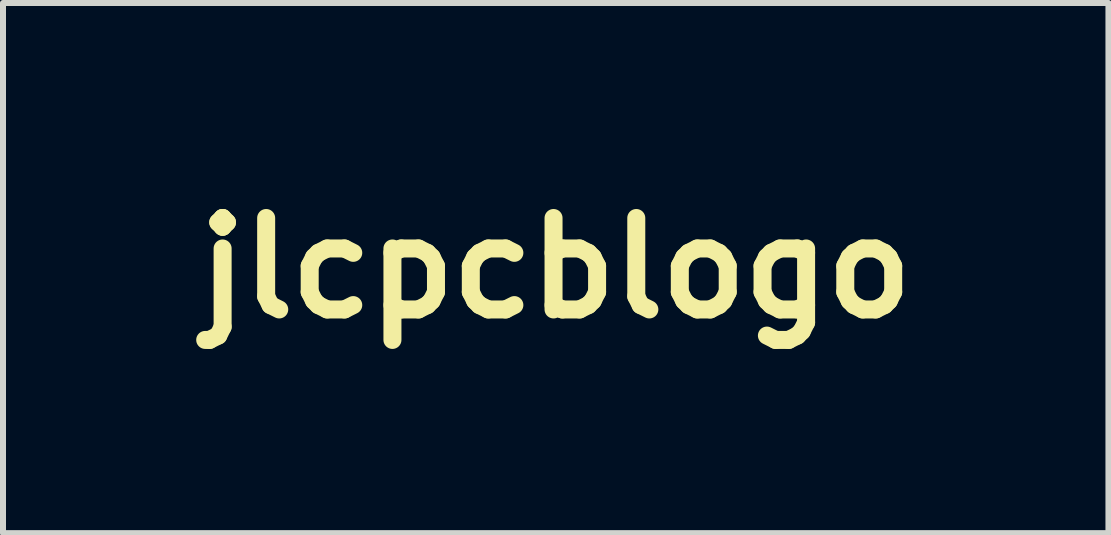
<source format=kicad_pcb>
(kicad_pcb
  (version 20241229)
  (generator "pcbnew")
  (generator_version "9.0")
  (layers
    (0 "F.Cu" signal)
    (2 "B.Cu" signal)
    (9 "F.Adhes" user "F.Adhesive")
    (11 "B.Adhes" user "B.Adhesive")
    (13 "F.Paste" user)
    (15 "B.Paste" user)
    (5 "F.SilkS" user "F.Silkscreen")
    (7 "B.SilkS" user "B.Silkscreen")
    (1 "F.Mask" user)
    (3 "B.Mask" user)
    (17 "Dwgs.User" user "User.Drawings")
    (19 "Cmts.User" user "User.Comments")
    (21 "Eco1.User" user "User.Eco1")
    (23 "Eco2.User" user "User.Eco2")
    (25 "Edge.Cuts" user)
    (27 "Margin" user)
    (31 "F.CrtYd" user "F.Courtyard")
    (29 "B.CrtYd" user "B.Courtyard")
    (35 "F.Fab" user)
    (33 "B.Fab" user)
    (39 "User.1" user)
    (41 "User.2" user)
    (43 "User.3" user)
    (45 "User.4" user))
  (footprint "jlcpcblogo"
    (layer "F.Cu")
    (at 6.212 1.418)
    (property "Reference" "jlcpcblogo" (at 0 0 0) (layer "F.SilkS") (effects (font (size 1.524 1.524) (thickness 0.3))))
    (attr through_hole)
    (fp_poly (pts (xy -3.33 -0.53) (xy -3.332 -0.528) (xy -3.334 -0.53) (xy -3.332 -0.532) (xy -3.33 -0.53)) (stroke (width 0.01) (type solid)) (fill no) (layer "Eco2.User"))
    (fp_poly (pts (xy -0.195 -0.427) (xy -0.185 -0.413) (xy -0.264 -0.106) (xy -0.276 -0.058) (xy -0.288 -0.012) (xy -0.299 0.031) (xy -0.309 0.07) (xy -0.318 0.106) (xy -0.326 0.137) (xy -0.333 0.163) (xy -0.338 0.183) (xy -0.342 0.197) (xy -0.344 0.205) (xy -0.344 0.205) (xy -0.343 0.207) (xy -0.339 0.208) (xy -0.33 0.208) (xy -0.317 0.209) (xy -0.299 0.21) (xy -0.275 0.21) (xy -0.245 0.21) (xy -0.209 0.21) (xy -0.165 0.21) (xy -0.152 0.21) (xy 0.043 0.21) (xy 0.053 0.224) (xy 0.064 0.238) (xy 0.041 0.325) (xy 0.019 0.413) (xy -0.647 0.413) (xy -0.657 0.399) (xy -0.668 0.384) (xy -0.659 0.348) (xy -0.657 0.339) (xy -0.653 0.323) (xy -0.647 0.3) (xy -0.64 0.272) (xy -0.631 0.238) (xy -0.621 0.199) (xy -0.611 0.156) (xy -0.599 0.11) (xy -0.586 0.061) (xy -0.573 0.009) (xy -0.559 -0.044) (xy -0.554 -0.064) (xy -0.458 -0.439) (xy -0.204 -0.441) (xy -0.195 -0.427)) (stroke (width 0.01) (type solid)) (fill no) (layer "Eco2.User"))
    (fp_poly (pts (xy -2.453 -0.762) (xy -2.37 -0.752) (xy -2.298 -0.736) (xy -2.24 -0.718) (xy -2.182 -0.695) (xy -2.126 -0.667) (xy -2.073 -0.637) (xy -2.048 -0.62) (xy -2.021 -0.599) (xy -1.992 -0.575) (xy -1.964 -0.548) (xy -1.937 -0.521) (xy -1.913 -0.494) (xy -1.892 -0.469) (xy -1.877 -0.447) (xy -1.876 -0.445) (xy -1.869 -0.433) (xy -2.293 -0.433) (xy -2.308 -0.455) (xy -2.331 -0.486) (xy -2.361 -0.517) (xy -2.395 -0.546) (xy -2.432 -0.572) (xy -2.469 -0.594) (xy -2.471 -0.594) (xy -2.523 -0.616) (xy -2.58 -0.633) (xy -2.643 -0.645) (xy -2.71 -0.651) (xy -2.782 -0.652) (xy -2.858 -0.648) (xy -2.937 -0.638) (xy -3.02 -0.623) (xy -3.105 -0.603) (xy -3.128 -0.597) (xy -3.15 -0.591) (xy -3.175 -0.583) (xy -3.203 -0.574) (xy -3.231 -0.565) (xy -3.258 -0.556) (xy -3.282 -0.548) (xy -3.301 -0.541) (xy -3.309 -0.538) (xy -3.318 -0.534) (xy -3.324 -0.533) (xy -3.325 -0.534) (xy -3.322 -0.536) (xy -3.314 -0.541) (xy -3.299 -0.549) (xy -3.281 -0.558) (xy -3.259 -0.569) (xy -3.235 -0.58) (xy -3.209 -0.592) (xy -3.183 -0.604) (xy -3.158 -0.616) (xy -3.134 -0.627) (xy -3.112 -0.636) (xy -3.11 -0.637) (xy -3.009 -0.676) (xy -2.91 -0.708) (xy -2.813 -0.733) (xy -2.719 -0.751) (xy -2.627 -0.762) (xy -2.539 -0.766) (xy -2.453 -0.762)) (stroke (width 0.01) (type solid)) (fill no) (layer "Eco2.User"))
    (fp_poly (pts (xy -2.434 -0.381) (xy -2.416 -0.381) (xy -2.404 -0.38) (xy -2.396 -0.379) (xy -2.392 -0.377) (xy -2.39 -0.375) (xy -2.39 -0.369) (xy -2.392 -0.356) (xy -2.395 -0.335) (xy -2.4 -0.306) (xy -2.407 -0.27) (xy -2.415 -0.227) (xy -2.425 -0.176) (xy -2.428 -0.163) (xy -2.435 -0.124) (xy -2.443 -0.087) (xy -2.449 -0.054) (xy -2.455 -0.024) (xy -2.46 0.002) (xy -2.464 0.022) (xy -2.467 0.036) (xy -2.468 0.044) (xy -2.469 0.045) (xy -2.465 0.045) (xy -2.454 0.046) (xy -2.437 0.047) (xy -2.416 0.047) (xy -2.39 0.047) (xy -2.362 0.048) (xy -2.358 0.048) (xy -2.323 0.048) (xy -2.295 0.048) (xy -2.274 0.048) (xy -2.258 0.05) (xy -2.247 0.052) (xy -2.241 0.055) (xy -2.237 0.06) (xy -2.237 0.066) (xy -2.238 0.075) (xy -2.24 0.085) (xy -2.24 0.087) (xy -2.244 0.106) (xy -2.248 0.125) (xy -2.25 0.136) (xy -2.255 0.159) (xy -2.62 0.159) (xy -2.624 0.149) (xy -2.624 0.146) (xy -2.624 0.14) (xy -2.623 0.131) (xy -2.621 0.117) (xy -2.619 0.1) (xy -2.615 0.077) (xy -2.609 0.05) (xy -2.603 0.016) (xy -2.595 -0.024) (xy -2.586 -0.071) (xy -2.578 -0.111) (xy -2.569 -0.155) (xy -2.561 -0.197) (xy -2.553 -0.236) (xy -2.546 -0.271) (xy -2.54 -0.302) (xy -2.534 -0.328) (xy -2.53 -0.349) (xy -2.527 -0.364) (xy -2.526 -0.371) (xy -2.525 -0.372) (xy -2.524 -0.375) (xy -2.522 -0.378) (xy -2.518 -0.379) (xy -2.51 -0.38) (xy -2.498 -0.381) (xy -2.48 -0.381) (xy -2.458 -0.381) (xy -2.434 -0.381)) (stroke (width 0.01) (type solid)) (fill no) (layer "Eco2.User"))
    (fp_poly (pts (xy -1.807 -0.391) (xy -1.767 -0.384) (xy -1.729 -0.369) (xy -1.724 -0.367) (xy -1.709 -0.359) (xy -1.694 -0.349) (xy -1.68 -0.338) (xy -1.669 -0.328) (xy -1.661 -0.32) (xy -1.659 -0.314) (xy -1.659 -0.314) (xy -1.663 -0.31) (xy -1.671 -0.302) (xy -1.683 -0.291) (xy -1.698 -0.277) (xy -1.704 -0.272) (xy -1.747 -0.234) (xy -1.763 -0.248) (xy -1.789 -0.266) (xy -1.817 -0.277) (xy -1.848 -0.281) (xy -1.877 -0.278) (xy -1.912 -0.267) (xy -1.943 -0.249) (xy -1.97 -0.224) (xy -1.993 -0.194) (xy -2.011 -0.158) (xy -2.023 -0.118) (xy -2.028 -0.094) (xy -2.03 -0.06) (xy -2.027 -0.029) (xy -2.018 -0.002) (xy -2.004 0.021) (xy -1.986 0.038) (xy -1.966 0.048) (xy -1.954 0.051) (xy -1.938 0.053) (xy -1.919 0.053) (xy -1.917 0.053) (xy -1.885 0.051) (xy -1.856 0.042) (xy -1.827 0.028) (xy -1.817 0.022) (xy -1.805 0.014) (xy -1.794 0.009) (xy -1.788 0.008) (xy -1.783 0.01) (xy -1.775 0.017) (xy -1.764 0.03) (xy -1.752 0.044) (xy -1.725 0.081) (xy -1.741 0.094) (xy -1.776 0.12) (xy -1.817 0.141) (xy -1.861 0.156) (xy -1.907 0.164) (xy -1.953 0.166) (xy -1.999 0.162) (xy -2.006 0.16) (xy -2.047 0.148) (xy -2.082 0.13) (xy -2.113 0.106) (xy -2.137 0.077) (xy -2.156 0.044) (xy -2.168 0.007) (xy -2.174 -0.034) (xy -2.173 -0.067) (xy -2.165 -0.12) (xy -2.15 -0.17) (xy -2.129 -0.216) (xy -2.102 -0.257) (xy -2.07 -0.294) (xy -2.033 -0.326) (xy -1.991 -0.352) (xy -1.946 -0.372) (xy -1.897 -0.385) (xy -1.849 -0.391) (xy -1.807 -0.391)) (stroke (width 0.01) (type solid)) (fill no) (layer "Eco2.User"))
    (fp_poly (pts (xy -1.921 0.225) (xy -1.95 0.271) (xy -1.985 0.319) (xy -2.027 0.368) (xy -2.075 0.418) (xy -2.086 0.429) (xy -2.158 0.493) (xy -2.236 0.552) (xy -2.318 0.605) (xy -2.406 0.652) (xy -2.499 0.692) (xy -2.598 0.727) (xy -2.701 0.756) (xy -2.81 0.779) (xy -2.891 0.792) (xy -2.91 0.794) (xy -2.934 0.796) (xy -2.961 0.797) (xy -2.99 0.799) (xy -3.018 0.8) (xy -3.044 0.8) (xy -3.067 0.8) (xy -3.085 0.8) (xy -3.092 0.799) (xy -3.102 0.798) (xy -3.117 0.796) (xy -3.135 0.794) (xy -3.143 0.793) (xy -3.214 0.783) (xy -3.284 0.768) (xy -3.351 0.748) (xy -3.414 0.725) (xy -3.471 0.698) (xy -3.488 0.689) (xy -3.547 0.652) (xy -3.599 0.611) (xy -3.644 0.565) (xy -3.682 0.515) (xy -3.714 0.461) (xy -3.74 0.402) (xy -3.758 0.339) (xy -3.766 0.3) (xy -3.769 0.281) (xy -3.772 0.264) (xy -3.774 0.251) (xy -3.774 0.245) (xy -3.774 0.239) (xy -3.772 0.241) (xy -3.769 0.246) (xy -3.745 0.297) (xy -3.718 0.342) (xy -3.688 0.382) (xy -3.666 0.407) (xy -3.621 0.45) (xy -3.572 0.488) (xy -3.518 0.519) (xy -3.46 0.545) (xy -3.397 0.566) (xy -3.327 0.582) (xy -3.326 0.582) (xy -3.306 0.585) (xy -3.28 0.587) (xy -3.249 0.588) (xy -3.214 0.589) (xy -3.177 0.59) (xy -3.14 0.589) (xy -3.104 0.588) (xy -3.07 0.587) (xy -3.04 0.585) (xy -3.016 0.582) (xy -2.922 0.566) (xy -2.832 0.544) (xy -2.748 0.518) (xy -2.669 0.486) (xy -2.596 0.449) (xy -2.529 0.407) (xy -2.479 0.37) (xy -2.456 0.35) (xy -2.432 0.326) (xy -2.408 0.301) (xy -2.385 0.275) (xy -2.365 0.251) (xy -2.353 0.234) (xy -2.332 0.203) (xy -1.908 0.202) (xy -1.921 0.225)) (stroke (width 0.01) (type solid)) (fill no) (layer "Eco2.User"))
    (fp_poly (pts (xy -3.319 -0.381) (xy -3.301 -0.381) (xy -3.289 -0.38) (xy -3.281 -0.379) (xy -3.277 -0.377) (xy -3.275 -0.375) (xy -3.275 -0.37) (xy -3.277 -0.358) (xy -3.279 -0.34) (xy -3.283 -0.317) (xy -3.288 -0.29) (xy -3.294 -0.26) (xy -3.3 -0.227) (xy -3.306 -0.193) (xy -3.313 -0.158) (xy -3.32 -0.123) (xy -3.327 -0.09) (xy -3.333 -0.059) (xy -3.339 -0.03) (xy -3.344 -0.009) (xy -3.357 0.031) (xy -3.376 0.067) (xy -3.401 0.099) (xy -3.43 0.125) (xy -3.465 0.145) (xy -3.503 0.159) (xy -3.511 0.161) (xy -3.529 0.164) (xy -3.552 0.165) (xy -3.575 0.166) (xy -3.598 0.166) (xy -3.615 0.164) (xy -3.616 0.164) (xy -3.639 0.158) (xy -3.663 0.149) (xy -3.684 0.138) (xy -3.693 0.132) (xy -3.705 0.121) (xy -3.718 0.107) (xy -3.73 0.091) (xy -3.739 0.077) (xy -3.744 0.067) (xy -3.743 0.063) (xy -3.738 0.058) (xy -3.729 0.051) (xy -3.714 0.041) (xy -3.697 0.032) (xy -3.679 0.022) (xy -3.663 0.013) (xy -3.651 0.007) (xy -3.643 0.004) (xy -3.642 0.004) (xy -3.636 0.007) (xy -3.629 0.015) (xy -3.623 0.022) (xy -3.607 0.04) (xy -3.588 0.051) (xy -3.567 0.055) (xy -3.546 0.054) (xy -3.526 0.046) (xy -3.508 0.033) (xy -3.494 0.014) (xy -3.489 0.002) (xy -3.487 -0.006) (xy -3.483 -0.021) (xy -3.478 -0.042) (xy -3.472 -0.068) (xy -3.466 -0.098) (xy -3.459 -0.131) (xy -3.452 -0.167) (xy -3.447 -0.191) (xy -3.44 -0.227) (xy -3.433 -0.261) (xy -3.427 -0.292) (xy -3.421 -0.319) (xy -3.417 -0.341) (xy -3.413 -0.358) (xy -3.411 -0.369) (xy -3.41 -0.372) (xy -3.409 -0.375) (xy -3.407 -0.378) (xy -3.403 -0.379) (xy -3.395 -0.38) (xy -3.383 -0.381) (xy -3.365 -0.381) (xy -3.343 -0.381) (xy -3.319 -0.381)) (stroke (width 0.01) (type solid)) (fill no) (layer "Eco2.User"))
    (fp_poly (pts (xy -0.667 -0.413) (xy -0.74 -0.128) (xy -0.752 -0.081) (xy -0.764 -0.036) (xy -0.775 0.008) (xy -0.786 0.048) (xy -0.796 0.084) (xy -0.804 0.116) (xy -0.812 0.144) (xy -0.818 0.165) (xy -0.823 0.18) (xy -0.825 0.187) (xy -0.844 0.228) (xy -0.866 0.264) (xy -0.893 0.297) (xy -0.907 0.312) (xy -0.942 0.343) (xy -0.981 0.368) (xy -1.024 0.389) (xy -1.073 0.404) (xy -1.119 0.415) (xy -1.139 0.417) (xy -1.166 0.42) (xy -1.196 0.421) (xy -1.23 0.422) (xy -1.264 0.423) (xy -1.297 0.423) (xy -1.328 0.422) (xy -1.354 0.421) (xy -1.357 0.421) (xy -1.388 0.418) (xy -1.413 0.415) (xy -1.431 0.412) (xy -1.445 0.409) (xy -1.454 0.405) (xy -1.461 0.4) (xy -1.463 0.398) (xy -1.47 0.388) (xy -1.472 0.38) (xy -1.472 0.38) (xy -1.471 0.374) (xy -1.469 0.361) (xy -1.465 0.344) (xy -1.459 0.322) (xy -1.453 0.298) (xy -1.45 0.285) (xy -1.427 0.198) (xy -1.403 0.198) (xy -1.376 0.201) (xy -1.349 0.209) (xy -1.337 0.213) (xy -1.327 0.216) (xy -1.316 0.218) (xy -1.303 0.219) (xy -1.286 0.22) (xy -1.264 0.22) (xy -1.256 0.22) (xy -1.232 0.22) (xy -1.213 0.22) (xy -1.2 0.219) (xy -1.189 0.217) (xy -1.18 0.215) (xy -1.17 0.211) (xy -1.169 0.211) (xy -1.144 0.197) (xy -1.122 0.179) (xy -1.104 0.154) (xy -1.095 0.137) (xy -1.091 0.128) (xy -1.087 0.118) (xy -1.083 0.108) (xy -1.079 0.097) (xy -1.075 0.083) (xy -1.07 0.067) (xy -1.064 0.047) (xy -1.057 0.022) (xy -1.05 -0.008) (xy -1.04 -0.043) (xy -1.029 -0.086) (xy -1.026 -0.099) (xy -1.018 -0.131) (xy -1.01 -0.16) (xy -1.004 -0.186) (xy -0.998 -0.208) (xy -0.994 -0.225) (xy -0.991 -0.235) (xy -0.99 -0.239) (xy -0.99 -0.242) (xy -0.991 -0.244) (xy -0.997 -0.245) (xy -1.006 -0.246) (xy -1.021 -0.246) (xy -1.043 -0.246) (xy -1.047 -0.246) (xy -1.068 -0.246) (xy -1.086 -0.247) (xy -1.099 -0.248) (xy -1.106 -0.248) (xy -1.107 -0.249) (xy -1.106 -0.254) (xy -1.104 -0.265) (xy -1.1 -0.282) (xy -1.096 -0.303) (xy -1.09 -0.327) (xy -1.086 -0.345) (xy -1.065 -0.439) (xy -0.877 -0.44) (xy -0.688 -0.441) (xy -0.667 -0.413)) (stroke (width 0.01) (type solid)) (fill no) (layer "Eco2.User"))
    (fp_poly (pts (xy 1.562 -0.439) (xy 1.607 -0.438) (xy 1.646 -0.438) (xy 1.679 -0.438) (xy 1.707 -0.437) (xy 1.73 -0.436) (xy 1.75 -0.435) (xy 1.768 -0.433) (xy 1.784 -0.431) (xy 1.798 -0.428) (xy 1.812 -0.425) (xy 1.826 -0.421) (xy 1.837 -0.418) (xy 1.881 -0.402) (xy 1.919 -0.382) (xy 1.951 -0.356) (xy 1.977 -0.327) (xy 1.996 -0.293) (xy 2.006 -0.266) (xy 2.013 -0.225) (xy 2.014 -0.181) (xy 2.009 -0.137) (xy 1.998 -0.098) (xy 1.98 -0.058) (xy 1.955 -0.02) (xy 1.923 0.015) (xy 1.886 0.046) (xy 1.842 0.074) (xy 1.794 0.097) (xy 1.762 0.109) (xy 1.716 0.122) (xy 1.669 0.133) (xy 1.621 0.14) (xy 1.568 0.145) (xy 1.51 0.147) (xy 1.491 0.147) (xy 1.417 0.147) (xy 1.413 0.162) (xy 1.411 0.17) (xy 1.408 0.184) (xy 1.403 0.203) (xy 1.397 0.227) (xy 1.39 0.254) (xy 1.383 0.28) (xy 1.376 0.308) (xy 1.369 0.334) (xy 1.363 0.358) (xy 1.358 0.377) (xy 1.355 0.391) (xy 1.353 0.398) (xy 1.349 0.413) (xy 1.1 0.413) (xy 1.089 0.399) (xy 1.078 0.384) (xy 1.087 0.348) (xy 1.089 0.339) (xy 1.093 0.323) (xy 1.099 0.3) (xy 1.106 0.272) (xy 1.115 0.238) (xy 1.125 0.199) (xy 1.136 0.156) (xy 1.148 0.11) (xy 1.16 0.061) (xy 1.173 0.009) (xy 1.187 -0.044) (xy 1.189 -0.051) (xy 1.469 -0.051) (xy 1.47 -0.049) (xy 1.474 -0.048) (xy 1.483 -0.048) (xy 1.496 -0.048) (xy 1.516 -0.048) (xy 1.526 -0.049) (xy 1.55 -0.05) (xy 1.573 -0.052) (xy 1.593 -0.054) (xy 1.608 -0.057) (xy 1.61 -0.057) (xy 1.646 -0.069) (xy 1.675 -0.085) (xy 1.697 -0.104) (xy 1.712 -0.128) (xy 1.72 -0.155) (xy 1.721 -0.167) (xy 1.722 -0.182) (xy 1.721 -0.192) (xy 1.717 -0.201) (xy 1.714 -0.206) (xy 1.702 -0.219) (xy 1.685 -0.23) (xy 1.663 -0.237) (xy 1.635 -0.243) (xy 1.6 -0.245) (xy 1.568 -0.246) (xy 1.518 -0.246) (xy 1.494 -0.154) (xy 1.488 -0.128) (xy 1.482 -0.104) (xy 1.476 -0.083) (xy 1.472 -0.067) (xy 1.47 -0.057) (xy 1.469 -0.054) (xy 1.469 -0.051) (xy 1.189 -0.051) (xy 1.192 -0.064) (xy 1.288 -0.439) (xy 1.51 -0.439) (xy 1.562 -0.439)) (stroke (width 0.01) (type solid)) (fill no) (layer "Eco2.User"))
    (fp_poly (pts (xy 0.832 -0.453) (xy 0.9 -0.447) (xy 0.96 -0.436) (xy 1.014 -0.421) (xy 1.017 -0.42) (xy 1.036 -0.413) (xy 1.056 -0.406) (xy 1.075 -0.398) (xy 1.092 -0.39) (xy 1.104 -0.384) (xy 1.111 -0.379) (xy 1.112 -0.378) (xy 1.112 -0.374) (xy 1.109 -0.363) (xy 1.105 -0.346) (xy 1.1 -0.324) (xy 1.093 -0.299) (xy 1.086 -0.271) (xy 1.084 -0.262) (xy 1.053 -0.149) (xy 1.028 -0.148) (xy 1.015 -0.147) (xy 1.006 -0.148) (xy 0.998 -0.152) (xy 0.989 -0.159) (xy 0.981 -0.165) (xy 0.946 -0.194) (xy 0.913 -0.216) (xy 0.882 -0.232) (xy 0.85 -0.244) (xy 0.816 -0.251) (xy 0.779 -0.254) (xy 0.763 -0.254) (xy 0.714 -0.25) (xy 0.669 -0.24) (xy 0.628 -0.222) (xy 0.591 -0.198) (xy 0.558 -0.167) (xy 0.53 -0.13) (xy 0.512 -0.097) (xy 0.499 -0.07) (xy 0.49 -0.045) (xy 0.484 -0.019) (xy 0.481 0.01) (xy 0.479 0.043) (xy 0.479 0.06) (xy 0.479 0.084) (xy 0.479 0.102) (xy 0.48 0.115) (xy 0.481 0.125) (xy 0.484 0.135) (xy 0.488 0.145) (xy 0.488 0.145) (xy 0.502 0.171) (xy 0.522 0.193) (xy 0.547 0.21) (xy 0.558 0.215) (xy 0.568 0.218) (xy 0.576 0.221) (xy 0.586 0.222) (xy 0.599 0.223) (xy 0.616 0.224) (xy 0.639 0.224) (xy 0.647 0.224) (xy 0.674 0.224) (xy 0.694 0.223) (xy 0.711 0.222) (xy 0.725 0.22) (xy 0.738 0.217) (xy 0.744 0.215) (xy 0.766 0.208) (xy 0.792 0.197) (xy 0.82 0.185) (xy 0.849 0.171) (xy 0.875 0.156) (xy 0.898 0.143) (xy 0.9 0.142) (xy 0.915 0.132) (xy 0.927 0.126) (xy 0.937 0.123) (xy 0.945 0.123) (xy 0.957 0.124) (xy 0.965 0.128) (xy 0.972 0.135) (xy 0.977 0.144) (xy 0.98 0.151) (xy 0.98 0.152) (xy 0.979 0.157) (xy 0.976 0.168) (xy 0.972 0.186) (xy 0.966 0.207) (xy 0.96 0.232) (xy 0.953 0.255) (xy 0.926 0.354) (xy 0.873 0.374) (xy 0.799 0.398) (xy 0.727 0.415) (xy 0.657 0.426) (xy 0.588 0.429) (xy 0.519 0.425) (xy 0.512 0.424) (xy 0.453 0.415) (xy 0.4 0.4) (xy 0.352 0.379) (xy 0.31 0.354) (xy 0.274 0.323) (xy 0.244 0.288) (xy 0.223 0.254) (xy 0.208 0.22) (xy 0.197 0.182) (xy 0.191 0.14) (xy 0.189 0.092) (xy 0.189 0.091) (xy 0.193 0.024) (xy 0.204 -0.04) (xy 0.222 -0.1) (xy 0.247 -0.158) (xy 0.279 -0.211) (xy 0.319 -0.262) (xy 0.343 -0.288) (xy 0.391 -0.331) (xy 0.445 -0.368) (xy 0.502 -0.398) (xy 0.564 -0.422) (xy 0.629 -0.44) (xy 0.697 -0.451) (xy 0.768 -0.455) (xy 0.832 -0.453)) (stroke (width 0.01) (type solid)) (fill no) (layer "Eco2.User"))
    (fp_poly (pts (xy 2.694 -0.453) (xy 2.761 -0.447) (xy 2.822 -0.436) (xy 2.875 -0.421) (xy 2.878 -0.42) (xy 2.897 -0.413) (xy 2.917 -0.406) (xy 2.936 -0.398) (xy 2.953 -0.39) (xy 2.966 -0.384) (xy 2.973 -0.379) (xy 2.974 -0.378) (xy 2.973 -0.374) (xy 2.971 -0.363) (xy 2.967 -0.346) (xy 2.961 -0.324) (xy 2.955 -0.299) (xy 2.947 -0.271) (xy 2.945 -0.262) (xy 2.914 -0.149) (xy 2.89 -0.148) (xy 2.877 -0.147) (xy 2.868 -0.148) (xy 2.86 -0.152) (xy 2.851 -0.159) (xy 2.843 -0.165) (xy 2.807 -0.194) (xy 2.775 -0.216) (xy 2.743 -0.232) (xy 2.711 -0.244) (xy 2.677 -0.251) (xy 2.64 -0.254) (xy 2.624 -0.254) (xy 2.576 -0.25) (xy 2.531 -0.24) (xy 2.49 -0.222) (xy 2.453 -0.198) (xy 2.42 -0.167) (xy 2.391 -0.13) (xy 2.373 -0.097) (xy 2.361 -0.07) (xy 2.352 -0.045) (xy 2.346 -0.019) (xy 2.342 0.01) (xy 2.34 0.043) (xy 2.34 0.06) (xy 2.34 0.084) (xy 2.34 0.102) (xy 2.341 0.115) (xy 2.343 0.125) (xy 2.345 0.135) (xy 2.349 0.145) (xy 2.349 0.145) (xy 2.363 0.171) (xy 2.384 0.193) (xy 2.409 0.21) (xy 2.419 0.215) (xy 2.429 0.218) (xy 2.438 0.221) (xy 2.448 0.222) (xy 2.461 0.223) (xy 2.478 0.224) (xy 2.5 0.224) (xy 2.508 0.224) (xy 2.535 0.224) (xy 2.556 0.223) (xy 2.572 0.222) (xy 2.586 0.22) (xy 2.6 0.217) (xy 2.605 0.215) (xy 2.627 0.208) (xy 2.653 0.197) (xy 2.681 0.185) (xy 2.71 0.171) (xy 2.737 0.156) (xy 2.759 0.143) (xy 2.761 0.142) (xy 2.777 0.132) (xy 2.788 0.126) (xy 2.799 0.123) (xy 2.807 0.123) (xy 2.819 0.124) (xy 2.827 0.128) (xy 2.833 0.135) (xy 2.839 0.144) (xy 2.842 0.151) (xy 2.842 0.152) (xy 2.841 0.157) (xy 2.838 0.168) (xy 2.833 0.186) (xy 2.828 0.207) (xy 2.821 0.232) (xy 2.815 0.255) (xy 2.788 0.354) (xy 2.734 0.374) (xy 2.66 0.398) (xy 2.589 0.415) (xy 2.519 0.426) (xy 2.449 0.429) (xy 2.38 0.425) (xy 2.373 0.424) (xy 2.315 0.415) (xy 2.261 0.4) (xy 2.213 0.379) (xy 2.171 0.354) (xy 2.135 0.323) (xy 2.105 0.288) (xy 2.085 0.254) (xy 2.069 0.22) (xy 2.059 0.182) (xy 2.053 0.14) (xy 2.051 0.092) (xy 2.051 0.091) (xy 2.054 0.024) (xy 2.065 -0.04) (xy 2.083 -0.1) (xy 2.108 -0.158) (xy 2.141 -0.211) (xy 2.18 -0.262) (xy 2.205 -0.288) (xy 2.253 -0.331) (xy 2.306 -0.368) (xy 2.363 -0.398) (xy 2.425 -0.422) (xy 2.49 -0.44) (xy 2.558 -0.451) (xy 2.629 -0.455) (xy 2.694 -0.453)) (stroke (width 0.01) (type solid)) (fill no) (layer "Eco2.User"))
    (fp_poly (pts (xy 3.376 -0.438) (xy 3.424 -0.438) (xy 3.466 -0.438) (xy 3.501 -0.438) (xy 3.53 -0.438) (xy 3.554 -0.438) (xy 3.574 -0.437) (xy 3.59 -0.436) (xy 3.603 -0.435) (xy 3.614 -0.434) (xy 3.624 -0.433) (xy 3.633 -0.432) (xy 3.635 -0.431) (xy 3.686 -0.419) (xy 3.731 -0.403) (xy 3.769 -0.383) (xy 3.8 -0.36) (xy 3.825 -0.333) (xy 3.84 -0.308) (xy 3.849 -0.28) (xy 3.854 -0.248) (xy 3.853 -0.214) (xy 3.848 -0.181) (xy 3.837 -0.149) (xy 3.834 -0.143) (xy 3.822 -0.123) (xy 3.804 -0.102) (xy 3.783 -0.082) (xy 3.761 -0.065) (xy 3.746 -0.056) (xy 3.733 -0.049) (xy 3.723 -0.043) (xy 3.719 -0.04) (xy 3.719 -0.04) (xy 3.722 -0.037) (xy 3.73 -0.032) (xy 3.737 -0.028) (xy 3.761 -0.012) (xy 3.782 0.008) (xy 3.799 0.03) (xy 3.804 0.041) (xy 3.815 0.074) (xy 3.82 0.11) (xy 3.819 0.148) (xy 3.811 0.186) (xy 3.798 0.223) (xy 3.782 0.253) (xy 3.756 0.285) (xy 3.724 0.315) (xy 3.685 0.341) (xy 3.642 0.363) (xy 3.594 0.38) (xy 3.562 0.389) (xy 3.545 0.393) (xy 3.529 0.397) (xy 3.513 0.4) (xy 3.497 0.402) (xy 3.48 0.404) (xy 3.462 0.406) (xy 3.441 0.407) (xy 3.416 0.408) (xy 3.388 0.409) (xy 3.355 0.41) (xy 3.316 0.411) (xy 3.271 0.411) (xy 3.219 0.412) (xy 3.206 0.412) (xy 2.966 0.414) (xy 2.955 0.399) (xy 2.943 0.384) (xy 2.952 0.348) (xy 2.954 0.339) (xy 2.959 0.323) (xy 2.964 0.3) (xy 2.972 0.272) (xy 2.98 0.238) (xy 2.985 0.219) (xy 3.263 0.219) (xy 3.341 0.217) (xy 3.371 0.216) (xy 3.395 0.215) (xy 3.414 0.213) (xy 3.43 0.211) (xy 3.444 0.209) (xy 3.451 0.207) (xy 3.482 0.196) (xy 3.506 0.183) (xy 3.524 0.166) (xy 3.536 0.148) (xy 3.54 0.128) (xy 3.536 0.107) (xy 3.536 0.106) (xy 3.53 0.094) (xy 3.523 0.085) (xy 3.512 0.077) (xy 3.497 0.072) (xy 3.477 0.067) (xy 3.452 0.064) (xy 3.421 0.062) (xy 3.387 0.061) (xy 3.358 0.06) (xy 3.334 0.06) (xy 3.317 0.06) (xy 3.307 0.061) (xy 3.305 0.062) (xy 3.303 0.067) (xy 3.3 0.078) (xy 3.295 0.095) (xy 3.29 0.116) (xy 3.283 0.139) (xy 3.283 0.143) (xy 3.263 0.219) (xy 2.985 0.219) (xy 2.99 0.199) (xy 3.001 0.156) (xy 3.013 0.11) (xy 3.025 0.061) (xy 3.039 0.009) (xy 3.052 -0.044) (xy 3.057 -0.064) (xy 3.072 -0.122) (xy 3.35 -0.122) (xy 3.418 -0.124) (xy 3.447 -0.125) (xy 3.47 -0.126) (xy 3.487 -0.128) (xy 3.5 -0.131) (xy 3.507 -0.133) (xy 3.529 -0.143) (xy 3.546 -0.156) (xy 3.559 -0.172) (xy 3.567 -0.188) (xy 3.568 -0.205) (xy 3.562 -0.22) (xy 3.56 -0.224) (xy 3.552 -0.231) (xy 3.54 -0.237) (xy 3.525 -0.241) (xy 3.505 -0.244) (xy 3.478 -0.246) (xy 3.446 -0.246) (xy 3.424 -0.246) (xy 3.406 -0.246) (xy 3.392 -0.245) (xy 3.383 -0.245) (xy 3.381 -0.244) (xy 3.38 -0.24) (xy 3.378 -0.229) (xy 3.374 -0.214) (xy 3.369 -0.195) (xy 3.366 -0.182) (xy 3.35 -0.122) (xy 3.072 -0.122) (xy 3.154 -0.439) (xy 3.376 -0.438)) (stroke (width 0.01) (type solid)) (fill no) (layer "Eco2.User"))
    (fp_poly (pts (xy -2.851 -0.316) (xy -2.806 -0.308) (xy -2.767 -0.295) (xy -2.734 -0.278) (xy -2.706 -0.255) (xy -2.685 -0.227) (xy -2.669 -0.195) (xy -2.663 -0.172) (xy -2.659 -0.135) (xy -2.663 -0.098) (xy -2.673 -0.061) (xy -2.69 -0.025) (xy -2.713 0.009) (xy -2.741 0.04) (xy -2.772 0.066) (xy -2.806 0.087) (xy -2.838 0.102) (xy -2.87 0.111) (xy -2.906 0.115) (xy -2.921 0.115) (xy -2.938 0.115) (xy -2.95 0.114) (xy -2.958 0.112) (xy -2.963 0.109) (xy -2.966 0.106) (xy -2.973 0.098) (xy -2.977 0.092) (xy -2.977 0.092) (xy -2.981 0.09) (xy -2.99 0.093) (xy -3.004 0.1) (xy -3.018 0.107) (xy -3.032 0.111) (xy -3.047 0.113) (xy -3.062 0.114) (xy -3.09 0.114) (xy -3.112 0.111) (xy -3.13 0.104) (xy -3.147 0.092) (xy -3.149 0.091) (xy -3.165 0.074) (xy -3.174 0.055) (xy -3.178 0.032) (xy -3.178 0.011) (xy -3.178 0.009) (xy -3.09 0.009) (xy -3.089 0.029) (xy -3.083 0.044) (xy -3.082 0.045) (xy -3.07 0.054) (xy -3.054 0.059) (xy -3.035 0.059) (xy -3.016 0.056) (xy -2.998 0.048) (xy -2.98 0.033) (xy -2.962 0.012) (xy -2.945 -0.012) (xy -2.93 -0.038) (xy -2.92 -0.064) (xy -2.914 -0.088) (xy -2.914 -0.088) (xy -2.915 -0.11) (xy -2.922 -0.127) (xy -2.934 -0.139) (xy -2.95 -0.145) (xy -2.97 -0.146) (xy -2.992 -0.14) (xy -3.003 -0.135) (xy -3.022 -0.123) (xy -3.039 -0.105) (xy -3.055 -0.085) (xy -3.069 -0.061) (xy -3.079 -0.037) (xy -3.087 -0.013) (xy -3.09 0.009) (xy -3.178 0.009) (xy -3.173 -0.02) (xy -3.163 -0.051) (xy -3.146 -0.082) (xy -3.139 -0.093) (xy -3.112 -0.128) (xy -3.081 -0.156) (xy -3.047 -0.178) (xy -3.011 -0.193) (xy -2.995 -0.197) (xy -2.968 -0.2) (xy -2.942 -0.2) (xy -2.919 -0.195) (xy -2.9 -0.186) (xy -2.888 -0.174) (xy -2.883 -0.168) (xy -2.88 -0.168) (xy -2.877 -0.172) (xy -2.872 -0.182) (xy -2.865 -0.194) (xy -2.822 -0.194) (xy -2.804 -0.194) (xy -2.79 -0.194) (xy -2.781 -0.193) (xy -2.778 -0.192) (xy -2.78 -0.188) (xy -2.784 -0.178) (xy -2.791 -0.162) (xy -2.8 -0.141) (xy -2.81 -0.117) (xy -2.822 -0.09) (xy -2.828 -0.076) (xy -2.84 -0.048) (xy -2.851 -0.022) (xy -2.861 0.002) (xy -2.868 0.021) (xy -2.874 0.035) (xy -2.876 0.044) (xy -2.877 0.046) (xy -2.872 0.052) (xy -2.864 0.054) (xy -2.851 0.051) (xy -2.835 0.043) (xy -2.818 0.033) (xy -2.799 0.018) (xy -2.781 0.002) (xy -2.779 0.000437) (xy -2.754 -0.029) (xy -2.737 -0.059) (xy -2.727 -0.091) (xy -2.723 -0.117) (xy -2.723 -0.144) (xy -2.727 -0.165) (xy -2.735 -0.185) (xy -2.746 -0.202) (xy -2.766 -0.222) (xy -2.792 -0.239) (xy -2.823 -0.252) (xy -2.859 -0.26) (xy -2.899 -0.264) (xy -2.942 -0.263) (xy -2.95 -0.262) (xy -2.983 -0.258) (xy -3.011 -0.252) (xy -3.037 -0.244) (xy -3.064 -0.233) (xy -3.074 -0.228) (xy -3.115 -0.204) (xy -3.151 -0.174) (xy -3.182 -0.138) (xy -3.207 -0.097) (xy -3.211 -0.09) (xy -3.225 -0.058) (xy -3.233 -0.029) (xy -3.238 -0.001) (xy -3.238 0.028) (xy -3.233 0.063) (xy -3.221 0.094) (xy -3.203 0.121) (xy -3.178 0.143) (xy -3.147 0.16) (xy -3.109 0.173) (xy -3.065 0.182) (xy -3.022 0.185) (xy -2.964 0.185) (xy -2.909 0.179) (xy -2.86 0.166) (xy -2.816 0.148) (xy -2.778 0.125) (xy -2.769 0.118) (xy -2.761 0.114) (xy -2.753 0.112) (xy -2.742 0.112) (xy -2.726 0.112) (xy -2.723 0.112) (xy -2.686 0.113) (xy -2.708 0.136) (xy -2.746 0.168) (xy -2.788 0.195) (xy -2.836 0.216) (xy -2.89 0.231) (xy -2.921 0.236) (xy -2.944 0.239) (xy -2.973 0.241) (xy -3.003 0.241) (xy -3.033 0.241) (xy -3.061 0.24) (xy -3.084 0.238) (xy -3.085 0.238) (xy -3.135 0.228) (xy -3.178 0.214) (xy -3.215 0.195) (xy -3.245 0.172) (xy -3.269 0.144) (xy -3.286 0.112) (xy -3.291 0.1) (xy -3.295 0.086) (xy -3.298 0.071) (xy -3.299 0.055) (xy -3.3 0.034) (xy -3.3 0.028) (xy -3.299 -0.006) (xy -3.295 -0.034) (xy -3.288 -0.061) (xy -3.276 -0.09) (xy -3.272 -0.098) (xy -3.245 -0.147) (xy -3.213 -0.189) (xy -3.175 -0.226) (xy -3.133 -0.257) (xy -3.086 -0.282) (xy -3.034 -0.301) (xy -2.978 -0.313) (xy -2.919 -0.318) (xy -2.901 -0.319) (xy -2.851 -0.316)) (stroke (width 0.01) (type solid)) (fill no) (layer "Eco2.User")))
  (gr_rect
    (start -3 -3)
    (end 15.424 5.836)
    (stroke (width 0.1) (type default))
    (fill no)
    (layer "Edge.Cuts")))
</source>
